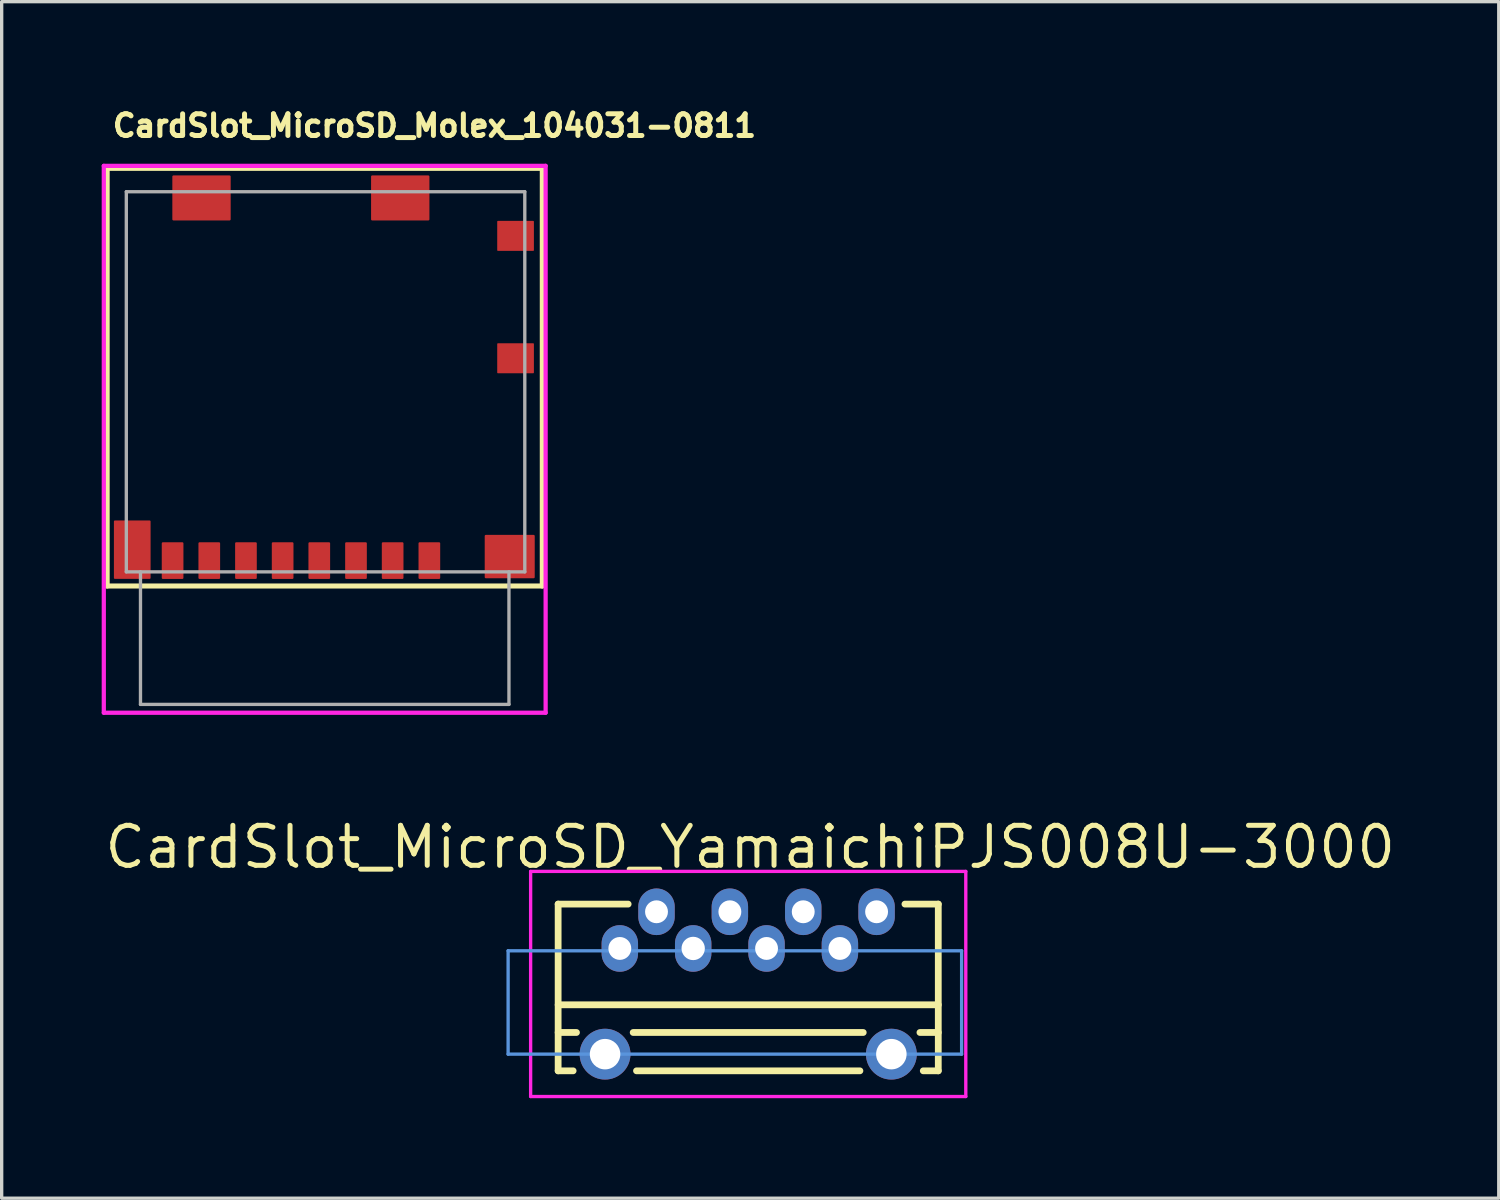
<source format=kicad_pcb>
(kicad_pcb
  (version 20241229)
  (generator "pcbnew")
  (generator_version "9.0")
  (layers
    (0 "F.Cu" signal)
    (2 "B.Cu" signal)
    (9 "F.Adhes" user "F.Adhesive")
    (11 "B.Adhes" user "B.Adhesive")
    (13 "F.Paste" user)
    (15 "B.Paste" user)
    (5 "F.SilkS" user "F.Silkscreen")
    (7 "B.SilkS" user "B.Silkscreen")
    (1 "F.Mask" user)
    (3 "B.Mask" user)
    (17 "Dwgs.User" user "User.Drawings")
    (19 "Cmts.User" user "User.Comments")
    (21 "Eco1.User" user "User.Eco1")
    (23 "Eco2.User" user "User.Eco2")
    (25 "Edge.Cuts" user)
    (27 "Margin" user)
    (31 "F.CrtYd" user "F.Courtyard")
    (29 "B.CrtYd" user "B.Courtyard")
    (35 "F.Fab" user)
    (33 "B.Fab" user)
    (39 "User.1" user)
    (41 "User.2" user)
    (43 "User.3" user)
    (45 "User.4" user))
  (footprint "CardSlot_MicroSD_YamaichiPJS008U-3000"
    (layer "F.Cu")
    (at 18.988 27.013)
    (property "Reference" "CardSlot_MicroSD_YamaichiPJS008U-3000" (at 0.46 -4.66 180) (layer "F.SilkS") (effects (font (size 1.2 1.2) (thickness 0.15))))
    (attr through_hole)
    (fp_line (start -5.3 -2.95) (end -5.3 2.05) (stroke (width 0.203) (type solid)) (layer "F.SilkS"))
    (fp_line (start -5.3 0.07) (end 6.1 0.07) (stroke (width 0.203) (type solid)) (layer "F.SilkS"))
    (fp_line (start -5.3 0.9) (end -4.75 0.9) (stroke (width 0.203) (type solid)) (layer "F.SilkS"))
    (fp_line (start -5.3 2.05) (end -4.85 2.05) (stroke (width 0.203) (type solid)) (layer "F.SilkS"))
    (fp_line (start -3.2 -2.95) (end -5.3 -2.95) (stroke (width 0.203) (type solid)) (layer "F.SilkS"))
    (fp_line (start -3.05 0.9) (end 3.85 0.9) (stroke (width 0.203) (type solid)) (layer "F.SilkS"))
    (fp_line (start -2.95 2.05) (end 3.75 2.05) (stroke (width 0.203) (type solid)) (layer "F.SilkS"))
    (fp_line (start 5.55 0.9) (end 6.1 0.9) (stroke (width 0.203) (type solid)) (layer "F.SilkS"))
    (fp_line (start 5.65 2.05) (end 6.1 2.05) (stroke (width 0.203) (type solid)) (layer "F.SilkS"))
    (fp_line (start 6.1 -2.95) (end 5.1 -2.95) (stroke (width 0.203) (type solid)) (layer "F.SilkS"))
    (fp_line (start 6.1 -2.95) (end 6.1 2.05) (stroke (width 0.203) (type solid)) (layer "F.SilkS"))
    (fp_line (start -6.8 -1.55) (end -6.8 1.55) (stroke (width 0.1) (type solid)) (layer "Cmts.User"))
    (fp_line (start -6.8 -1.55) (end 6.8 -1.55) (stroke (width 0.1) (type solid)) (layer "Cmts.User"))
    (fp_line (start -6.8 1.55) (end 6.8 1.55) (stroke (width 0.1) (type solid)) (layer "Cmts.User"))
    (fp_line (start 6.8 -1.55) (end 6.8 1.55) (stroke (width 0.1) (type solid)) (layer "Cmts.User"))
    (fp_line (start -6.4 -1.15) (end -6.4 1.15) (stroke (width 0.1) (type solid)) (layer "Eco1.User"))
    (fp_line (start -6.4 -1.15) (end 6.4 -1.15) (stroke (width 0.1) (type solid)) (layer "Eco1.User"))
    (fp_line (start -6.4 1.15) (end 6.4 1.15) (stroke (width 0.1) (type solid)) (layer "Eco1.User"))
    (fp_line (start 6.4 -1.15) (end 6.4 1.15) (stroke (width 0.1) (type solid)) (layer "Eco1.User"))
    (fp_line (start -6.125 -3.93) (end -6.125 2.82) (stroke (width 0.1) (type solid)) (layer "F.CrtYd"))
    (fp_line (start -6.125 -3.93) (end 6.925 -3.93) (stroke (width 0.1) (type solid)) (layer "F.CrtYd"))
    (fp_line (start -6.125 2.82) (end 6.925 2.82) (stroke (width 0.1) (type solid)) (layer "F.CrtYd"))
    (fp_line (start 6.925 -3.93) (end 6.925 2.82) (stroke (width 0.1) (type solid)) (layer "F.CrtYd"))
    (pad "1" thru_hole oval (at -3.45 -1.62) (size 1.092 1.397) (drill 0.686) (layers "*.Cu" "*.Mask"))
    (pad "2" thru_hole oval (at -2.35 -2.72) (size 1.092 1.397) (drill 0.686) (layers "*.Cu" "*.Mask"))
    (pad "3" thru_hole oval (at -1.25 -1.62) (size 1.092 1.397) (drill 0.7) (layers "*.Cu" "*.Mask"))
    (pad "4" thru_hole oval (at -0.15 -2.72) (size 1.092 1.397) (drill 0.686) (layers "*.Cu" "*.Mask"))
    (pad "5" thru_hole oval (at 0.95 -1.62) (size 1.092 1.397) (drill 0.686) (layers "*.Cu" "*.Mask"))
    (pad "6" thru_hole oval (at 2.05 -2.72) (size 1.092 1.397) (drill 0.686) (layers "*.Cu" "*.Mask"))
    (pad "7" thru_hole oval (at 3.15 -1.62) (size 1.092 1.397) (drill 0.686) (layers "*.Cu" "*.Mask"))
    (pad "8" thru_hole oval (at 4.25 -2.72) (size 1.092 1.397) (drill 0.686) (layers "*.Cu" "*.Mask"))
    (pad "9" thru_hole oval (at -3.893 1.55) (size 1.524 1.524) (drill 0.914) (layers "*.Cu" "*.Mask"))
    (pad "10" thru_hole oval (at 4.693 1.55) (size 1.524 1.524) (drill 0.914) (layers "*.Cu" "*.Mask")))
  (footprint "CardSlot_MicroSD_Molex_104031-0811"
    (layer "F.Cu")
    (at 6.663 8.324)
    (property "Reference" "CardSlot_MicroSD_Molex_104031-0811" (at -6.409 -7.224 0) (unlocked yes) (layer "F.SilkS") (effects (font (size 0.65 0.65) (thickness 0.15)) (justify left bottom)))
    (fp_line (start -6.5 -6.325) (end 6.55 -6.325) (stroke (width 0.152) (type solid)) (layer "F.SilkS"))
    (fp_line (start -6.5 6.2) (end -6.5 -6.325) (stroke (width 0.152) (type solid)) (layer "F.SilkS"))
    (fp_line (start -6.5 6.2) (end 6.55 6.2) (stroke (width 0.152) (type solid)) (layer "F.SilkS"))
    (fp_line (start 6.55 6.2) (end 6.55 -6.325) (stroke (width 0.152) (type solid)) (layer "F.SilkS"))
    (fp_line (start -6.6 -6.4) (end 6.65 -6.4) (stroke (width 0.127) (type solid)) (layer "F.CrtYd"))
    (fp_line (start -6.6 10) (end -6.6 -6.4) (stroke (width 0.127) (type solid)) (layer "F.CrtYd"))
    (fp_line (start -6.6 10) (end 6.65 10) (stroke (width 0.127) (type solid)) (layer "F.CrtYd"))
    (fp_line (start 6.65 10) (end 6.65 -6.4) (stroke (width 0.127) (type solid)) (layer "F.CrtYd"))
    (fp_line (start -5.925 -5.625) (end 6.025 -5.625) (stroke (width 0.1) (type solid)) (layer "F.Fab"))
    (fp_line (start -5.925 5.775) (end -5.925 -5.625) (stroke (width 0.1) (type solid)) (layer "F.Fab"))
    (fp_line (start -5.925 5.775) (end 6.025 5.775) (stroke (width 0.1) (type solid)) (layer "F.Fab"))
    (fp_line (start -5.5 9.75) (end -5.5 5.775) (stroke (width 0.1) (type solid)) (layer "F.Fab"))
    (fp_line (start -5.5 9.75) (end 5.55 9.75) (stroke (width 0.1) (type solid)) (layer "F.Fab"))
    (fp_line (start 5.55 9.75) (end 5.55 5.775) (stroke (width 0.1) (type solid)) (layer "F.Fab"))
    (fp_line (start 6.025 5.775) (end 6.025 -5.625) (stroke (width 0.1) (type solid)) (layer "F.Fab"))
    (pad "1" smd roundrect (at 3.163 5.438 90) (size 1.1 0.65) (layers "F.Cu" "F.Mask" "F.Paste") (roundrect_rratio 0.05))
    (pad "2" smd roundrect (at 2.062 5.438 90) (size 1.1 0.65) (layers "F.Cu" "F.Mask" "F.Paste") (roundrect_rratio 0.05))
    (pad "3" smd roundrect (at 0.963 5.438 90) (size 1.1 0.65) (layers "F.Cu" "F.Mask" "F.Paste") (roundrect_rratio 0.05))
    (pad "4" smd roundrect (at -0.138 5.438 90) (size 1.1 0.65) (layers "F.Cu" "F.Mask" "F.Paste") (roundrect_rratio 0.05))
    (pad "5" smd roundrect (at -1.237 5.438 90) (size 1.1 0.65) (layers "F.Cu" "F.Mask" "F.Paste") (roundrect_rratio 0.05))
    (pad "6" smd roundrect (at -2.337 5.438 90) (size 1.1 0.65) (layers "F.Cu" "F.Mask" "F.Paste") (roundrect_rratio 0.05))
    (pad "7" smd roundrect (at -3.437 5.438 90) (size 1.1 0.65) (layers "F.Cu" "F.Mask" "F.Paste") (roundrect_rratio 0.05))
    (pad "8" smd roundrect (at -4.537 5.438 90) (size 1.1 0.65) (layers "F.Cu" "F.Mask" "F.Paste") (roundrect_rratio 0.05))
    (pad "9" smd roundrect (at -5.747 5.11 90) (size 1.75 1.1) (layers "F.Cu" "F.Mask" "F.Paste") (roundrect_rratio 0.025))
    (pad "9" smd roundrect (at -3.67 -5.438 180) (size 1.75 1.35) (layers "F.Cu" "F.Mask" "F.Paste") (roundrect_rratio 0.025))
    (pad "9" smd roundrect (at 2.29 -5.438 180) (size 1.75 1.35) (layers "F.Cu" "F.Mask" "F.Paste") (roundrect_rratio 0.025))
    (pad "9" smd roundrect (at 5.573 5.317 180) (size 1.5 1.3) (layers "F.Cu" "F.Mask" "F.Paste") (roundrect_rratio 0.025))
    (pad "10" smd roundrect (at 5.748 -4.3 180) (size 1.1 0.9) (layers "F.Cu" "F.Mask" "F.Paste") (roundrect_rratio 0.025))
    (pad "11" smd roundrect (at 5.748 -0.63 180) (size 1.1 0.9) (layers "F.Cu" "F.Mask" "F.Paste") (roundrect_rratio 0.025)))
  (gr_rect
    (start -3 -3)
    (end 41.896 32.883)
    (stroke (width 0.1) (type default))
    (fill no)
    (layer "Edge.Cuts")))
</source>
